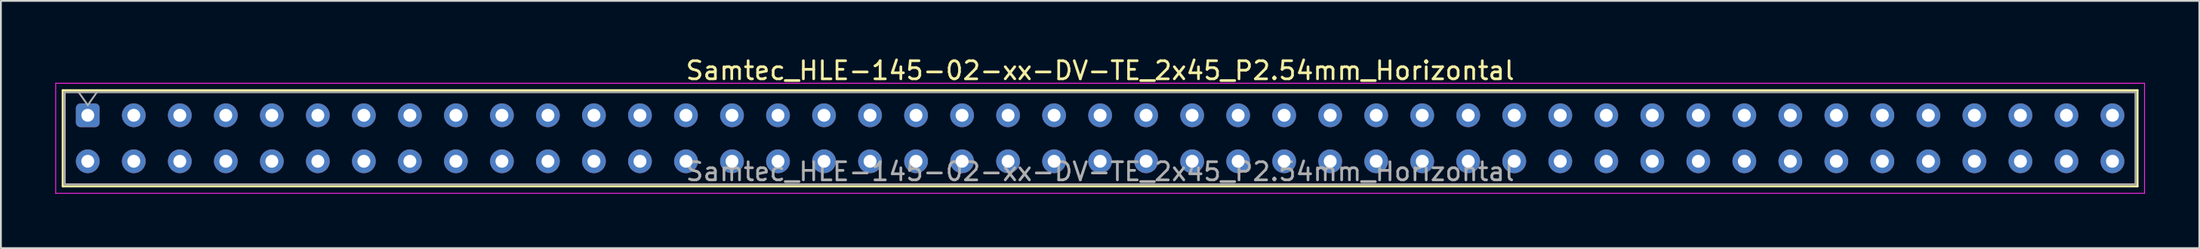
<source format=kicad_pcb>
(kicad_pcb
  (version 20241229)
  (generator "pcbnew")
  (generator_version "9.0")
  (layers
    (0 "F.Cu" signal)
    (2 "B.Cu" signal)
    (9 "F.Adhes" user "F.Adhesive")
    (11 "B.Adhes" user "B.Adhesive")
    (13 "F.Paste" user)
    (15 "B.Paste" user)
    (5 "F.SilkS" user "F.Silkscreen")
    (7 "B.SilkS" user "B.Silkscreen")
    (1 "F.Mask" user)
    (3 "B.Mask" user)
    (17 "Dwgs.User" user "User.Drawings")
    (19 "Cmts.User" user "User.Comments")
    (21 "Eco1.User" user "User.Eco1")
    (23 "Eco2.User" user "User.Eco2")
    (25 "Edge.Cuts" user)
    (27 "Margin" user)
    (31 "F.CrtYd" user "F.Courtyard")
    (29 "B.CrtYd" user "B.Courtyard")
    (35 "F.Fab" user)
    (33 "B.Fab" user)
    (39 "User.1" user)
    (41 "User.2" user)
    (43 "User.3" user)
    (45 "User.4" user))
  (footprint "Samtec_HLE-145-02-xx-DV-TE_2x45_P2.54mm_Horizontal"
    (layer "F.Cu")
    (at 1.795 3.318)
    (property "Reference" "Samtec_HLE-145-02-xx-DV-TE_2x45_P2.54mm_Horizontal" (at 55.88 -2.47 0) (layer "F.SilkS") (effects (font (size 1 1) (thickness 0.15))))
    (attr through_hole)
    (fp_line (start -1.38 -1.38) (end 113.14 -1.38) (stroke (width 0.12) (type solid)) (layer "F.SilkS"))
    (fp_line (start -1.38 3.92) (end -1.38 -1.38) (stroke (width 0.12) (type solid)) (layer "F.SilkS"))
    (fp_line (start 113.14 -1.38) (end 113.14 3.92) (stroke (width 0.12) (type solid)) (layer "F.SilkS"))
    (fp_line (start 113.14 3.92) (end -1.38 3.92) (stroke (width 0.12) (type solid)) (layer "F.SilkS"))
    (fp_line (start -1.77 -1.77) (end 113.53 -1.77) (stroke (width 0.05) (type solid)) (layer "F.CrtYd"))
    (fp_line (start -1.77 4.31) (end -1.77 -1.77) (stroke (width 0.05) (type solid)) (layer "F.CrtYd"))
    (fp_line (start 113.53 -1.77) (end 113.53 4.31) (stroke (width 0.05) (type solid)) (layer "F.CrtYd"))
    (fp_line (start 113.53 4.31) (end -1.77 4.31) (stroke (width 0.05) (type solid)) (layer "F.CrtYd"))
    (fp_line (start -1.27 -1.27) (end 113.03 -1.27) (stroke (width 0.1) (type solid)) (layer "F.Fab"))
    (fp_line (start -1.27 3.81) (end -1.27 -1.27) (stroke (width 0.1) (type solid)) (layer "F.Fab"))
    (fp_line (start -0.5 -1.27) (end 0 -0.563) (stroke (width 0.1) (type solid)) (layer "F.Fab"))
    (fp_line (start 0 -0.563) (end 0.5 -1.27) (stroke (width 0.1) (type solid)) (layer "F.Fab"))
    (fp_line (start 113.03 -1.27) (end 113.03 3.81) (stroke (width 0.1) (type solid)) (layer "F.Fab"))
    (fp_line (start 113.03 3.81) (end -1.27 3.81) (stroke (width 0.1) (type solid)) (layer "F.Fab"))
    (fp_text user "${REFERENCE}" (at 55.88 3.11 0) (layer "F.Fab") (effects (font (size 1 1) (thickness 0.15))))
    (pad "1" thru_hole roundrect (at 0 0) (size 1.31 1.31) (drill 0.71) (layers "*.Cu" "*.Mask") (roundrect_rratio 0.191))
    (pad "2" thru_hole circle (at 0 2.54) (size 1.31 1.31) (drill 0.71) (layers "*.Cu" "*.Mask"))
    (pad "3" thru_hole circle (at 2.54 0) (size 1.31 1.31) (drill 0.71) (layers "*.Cu" "*.Mask"))
    (pad "4" thru_hole circle (at 2.54 2.54) (size 1.31 1.31) (drill 0.71) (layers "*.Cu" "*.Mask"))
    (pad "5" thru_hole circle (at 5.08 0) (size 1.31 1.31) (drill 0.71) (layers "*.Cu" "*.Mask"))
    (pad "6" thru_hole circle (at 5.08 2.54) (size 1.31 1.31) (drill 0.71) (layers "*.Cu" "*.Mask"))
    (pad "7" thru_hole circle (at 7.62 0) (size 1.31 1.31) (drill 0.71) (layers "*.Cu" "*.Mask"))
    (pad "8" thru_hole circle (at 7.62 2.54) (size 1.31 1.31) (drill 0.71) (layers "*.Cu" "*.Mask"))
    (pad "9" thru_hole circle (at 10.16 0) (size 1.31 1.31) (drill 0.71) (layers "*.Cu" "*.Mask"))
    (pad "10" thru_hole circle (at 10.16 2.54) (size 1.31 1.31) (drill 0.71) (layers "*.Cu" "*.Mask"))
    (pad "11" thru_hole circle (at 12.7 0) (size 1.31 1.31) (drill 0.71) (layers "*.Cu" "*.Mask"))
    (pad "12" thru_hole circle (at 12.7 2.54) (size 1.31 1.31) (drill 0.71) (layers "*.Cu" "*.Mask"))
    (pad "13" thru_hole circle (at 15.24 0) (size 1.31 1.31) (drill 0.71) (layers "*.Cu" "*.Mask"))
    (pad "14" thru_hole circle (at 15.24 2.54) (size 1.31 1.31) (drill 0.71) (layers "*.Cu" "*.Mask"))
    (pad "15" thru_hole circle (at 17.78 0) (size 1.31 1.31) (drill 0.71) (layers "*.Cu" "*.Mask"))
    (pad "16" thru_hole circle (at 17.78 2.54) (size 1.31 1.31) (drill 0.71) (layers "*.Cu" "*.Mask"))
    (pad "17" thru_hole circle (at 20.32 0) (size 1.31 1.31) (drill 0.71) (layers "*.Cu" "*.Mask"))
    (pad "18" thru_hole circle (at 20.32 2.54) (size 1.31 1.31) (drill 0.71) (layers "*.Cu" "*.Mask"))
    (pad "19" thru_hole circle (at 22.86 0) (size 1.31 1.31) (drill 0.71) (layers "*.Cu" "*.Mask"))
    (pad "20" thru_hole circle (at 22.86 2.54) (size 1.31 1.31) (drill 0.71) (layers "*.Cu" "*.Mask"))
    (pad "21" thru_hole circle (at 25.4 0) (size 1.31 1.31) (drill 0.71) (layers "*.Cu" "*.Mask"))
    (pad "22" thru_hole circle (at 25.4 2.54) (size 1.31 1.31) (drill 0.71) (layers "*.Cu" "*.Mask"))
    (pad "23" thru_hole circle (at 27.94 0) (size 1.31 1.31) (drill 0.71) (layers "*.Cu" "*.Mask"))
    (pad "24" thru_hole circle (at 27.94 2.54) (size 1.31 1.31) (drill 0.71) (layers "*.Cu" "*.Mask"))
    (pad "25" thru_hole circle (at 30.48 0) (size 1.31 1.31) (drill 0.71) (layers "*.Cu" "*.Mask"))
    (pad "26" thru_hole circle (at 30.48 2.54) (size 1.31 1.31) (drill 0.71) (layers "*.Cu" "*.Mask"))
    (pad "27" thru_hole circle (at 33.02 0) (size 1.31 1.31) (drill 0.71) (layers "*.Cu" "*.Mask"))
    (pad "28" thru_hole circle (at 33.02 2.54) (size 1.31 1.31) (drill 0.71) (layers "*.Cu" "*.Mask"))
    (pad "29" thru_hole circle (at 35.56 0) (size 1.31 1.31) (drill 0.71) (layers "*.Cu" "*.Mask"))
    (pad "30" thru_hole circle (at 35.56 2.54) (size 1.31 1.31) (drill 0.71) (layers "*.Cu" "*.Mask"))
    (pad "31" thru_hole circle (at 38.1 0) (size 1.31 1.31) (drill 0.71) (layers "*.Cu" "*.Mask"))
    (pad "32" thru_hole circle (at 38.1 2.54) (size 1.31 1.31) (drill 0.71) (layers "*.Cu" "*.Mask"))
    (pad "33" thru_hole circle (at 40.64 0) (size 1.31 1.31) (drill 0.71) (layers "*.Cu" "*.Mask"))
    (pad "34" thru_hole circle (at 40.64 2.54) (size 1.31 1.31) (drill 0.71) (layers "*.Cu" "*.Mask"))
    (pad "35" thru_hole circle (at 43.18 0) (size 1.31 1.31) (drill 0.71) (layers "*.Cu" "*.Mask"))
    (pad "36" thru_hole circle (at 43.18 2.54) (size 1.31 1.31) (drill 0.71) (layers "*.Cu" "*.Mask"))
    (pad "37" thru_hole circle (at 45.72 0) (size 1.31 1.31) (drill 0.71) (layers "*.Cu" "*.Mask"))
    (pad "38" thru_hole circle (at 45.72 2.54) (size 1.31 1.31) (drill 0.71) (layers "*.Cu" "*.Mask"))
    (pad "39" thru_hole circle (at 48.26 0) (size 1.31 1.31) (drill 0.71) (layers "*.Cu" "*.Mask"))
    (pad "40" thru_hole circle (at 48.26 2.54) (size 1.31 1.31) (drill 0.71) (layers "*.Cu" "*.Mask"))
    (pad "41" thru_hole circle (at 50.8 0) (size 1.31 1.31) (drill 0.71) (layers "*.Cu" "*.Mask"))
    (pad "42" thru_hole circle (at 50.8 2.54) (size 1.31 1.31) (drill 0.71) (layers "*.Cu" "*.Mask"))
    (pad "43" thru_hole circle (at 53.34 0) (size 1.31 1.31) (drill 0.71) (layers "*.Cu" "*.Mask"))
    (pad "44" thru_hole circle (at 53.34 2.54) (size 1.31 1.31) (drill 0.71) (layers "*.Cu" "*.Mask"))
    (pad "45" thru_hole circle (at 55.88 0) (size 1.31 1.31) (drill 0.71) (layers "*.Cu" "*.Mask"))
    (pad "46" thru_hole circle (at 55.88 2.54) (size 1.31 1.31) (drill 0.71) (layers "*.Cu" "*.Mask"))
    (pad "47" thru_hole circle (at 58.42 0) (size 1.31 1.31) (drill 0.71) (layers "*.Cu" "*.Mask"))
    (pad "48" thru_hole circle (at 58.42 2.54) (size 1.31 1.31) (drill 0.71) (layers "*.Cu" "*.Mask"))
    (pad "49" thru_hole circle (at 60.96 0) (size 1.31 1.31) (drill 0.71) (layers "*.Cu" "*.Mask"))
    (pad "50" thru_hole circle (at 60.96 2.54) (size 1.31 1.31) (drill 0.71) (layers "*.Cu" "*.Mask"))
    (pad "51" thru_hole circle (at 63.5 0) (size 1.31 1.31) (drill 0.71) (layers "*.Cu" "*.Mask"))
    (pad "52" thru_hole circle (at 63.5 2.54) (size 1.31 1.31) (drill 0.71) (layers "*.Cu" "*.Mask"))
    (pad "53" thru_hole circle (at 66.04 0) (size 1.31 1.31) (drill 0.71) (layers "*.Cu" "*.Mask"))
    (pad "54" thru_hole circle (at 66.04 2.54) (size 1.31 1.31) (drill 0.71) (layers "*.Cu" "*.Mask"))
    (pad "55" thru_hole circle (at 68.58 0) (size 1.31 1.31) (drill 0.71) (layers "*.Cu" "*.Mask"))
    (pad "56" thru_hole circle (at 68.58 2.54) (size 1.31 1.31) (drill 0.71) (layers "*.Cu" "*.Mask"))
    (pad "57" thru_hole circle (at 71.12 0) (size 1.31 1.31) (drill 0.71) (layers "*.Cu" "*.Mask"))
    (pad "58" thru_hole circle (at 71.12 2.54) (size 1.31 1.31) (drill 0.71) (layers "*.Cu" "*.Mask"))
    (pad "59" thru_hole circle (at 73.66 0) (size 1.31 1.31) (drill 0.71) (layers "*.Cu" "*.Mask"))
    (pad "60" thru_hole circle (at 73.66 2.54) (size 1.31 1.31) (drill 0.71) (layers "*.Cu" "*.Mask"))
    (pad "61" thru_hole circle (at 76.2 0) (size 1.31 1.31) (drill 0.71) (layers "*.Cu" "*.Mask"))
    (pad "62" thru_hole circle (at 76.2 2.54) (size 1.31 1.31) (drill 0.71) (layers "*.Cu" "*.Mask"))
    (pad "63" thru_hole circle (at 78.74 0) (size 1.31 1.31) (drill 0.71) (layers "*.Cu" "*.Mask"))
    (pad "64" thru_hole circle (at 78.74 2.54) (size 1.31 1.31) (drill 0.71) (layers "*.Cu" "*.Mask"))
    (pad "65" thru_hole circle (at 81.28 0) (size 1.31 1.31) (drill 0.71) (layers "*.Cu" "*.Mask"))
    (pad "66" thru_hole circle (at 81.28 2.54) (size 1.31 1.31) (drill 0.71) (layers "*.Cu" "*.Mask"))
    (pad "67" thru_hole circle (at 83.82 0) (size 1.31 1.31) (drill 0.71) (layers "*.Cu" "*.Mask"))
    (pad "68" thru_hole circle (at 83.82 2.54) (size 1.31 1.31) (drill 0.71) (layers "*.Cu" "*.Mask"))
    (pad "69" thru_hole circle (at 86.36 0) (size 1.31 1.31) (drill 0.71) (layers "*.Cu" "*.Mask"))
    (pad "70" thru_hole circle (at 86.36 2.54) (size 1.31 1.31) (drill 0.71) (layers "*.Cu" "*.Mask"))
    (pad "71" thru_hole circle (at 88.9 0) (size 1.31 1.31) (drill 0.71) (layers "*.Cu" "*.Mask"))
    (pad "72" thru_hole circle (at 88.9 2.54) (size 1.31 1.31) (drill 0.71) (layers "*.Cu" "*.Mask"))
    (pad "73" thru_hole circle (at 91.44 0) (size 1.31 1.31) (drill 0.71) (layers "*.Cu" "*.Mask"))
    (pad "74" thru_hole circle (at 91.44 2.54) (size 1.31 1.31) (drill 0.71) (layers "*.Cu" "*.Mask"))
    (pad "75" thru_hole circle (at 93.98 0) (size 1.31 1.31) (drill 0.71) (layers "*.Cu" "*.Mask"))
    (pad "76" thru_hole circle (at 93.98 2.54) (size 1.31 1.31) (drill 0.71) (layers "*.Cu" "*.Mask"))
    (pad "77" thru_hole circle (at 96.52 0) (size 1.31 1.31) (drill 0.71) (layers "*.Cu" "*.Mask"))
    (pad "78" thru_hole circle (at 96.52 2.54) (size 1.31 1.31) (drill 0.71) (layers "*.Cu" "*.Mask"))
    (pad "79" thru_hole circle (at 99.06 0) (size 1.31 1.31) (drill 0.71) (layers "*.Cu" "*.Mask"))
    (pad "80" thru_hole circle (at 99.06 2.54) (size 1.31 1.31) (drill 0.71) (layers "*.Cu" "*.Mask"))
    (pad "81" thru_hole circle (at 101.6 0) (size 1.31 1.31) (drill 0.71) (layers "*.Cu" "*.Mask"))
    (pad "82" thru_hole circle (at 101.6 2.54) (size 1.31 1.31) (drill 0.71) (layers "*.Cu" "*.Mask"))
    (pad "83" thru_hole circle (at 104.14 0) (size 1.31 1.31) (drill 0.71) (layers "*.Cu" "*.Mask"))
    (pad "84" thru_hole circle (at 104.14 2.54) (size 1.31 1.31) (drill 0.71) (layers "*.Cu" "*.Mask"))
    (pad "85" thru_hole circle (at 106.68 0) (size 1.31 1.31) (drill 0.71) (layers "*.Cu" "*.Mask"))
    (pad "86" thru_hole circle (at 106.68 2.54) (size 1.31 1.31) (drill 0.71) (layers "*.Cu" "*.Mask"))
    (pad "87" thru_hole circle (at 109.22 0) (size 1.31 1.31) (drill 0.71) (layers "*.Cu" "*.Mask"))
    (pad "88" thru_hole circle (at 109.22 2.54) (size 1.31 1.31) (drill 0.71) (layers "*.Cu" "*.Mask"))
    (pad "89" thru_hole circle (at 111.76 0) (size 1.31 1.31) (drill 0.71) (layers "*.Cu" "*.Mask"))
    (pad "90" thru_hole circle (at 111.76 2.54) (size 1.31 1.31) (drill 0.71) (layers "*.Cu" "*.Mask")))
  (gr_rect
    (start -3 -3)
    (end 118.35 10.653)
    (stroke (width 0.1) (type default))
    (fill no)
    (layer "Edge.Cuts")))
</source>
